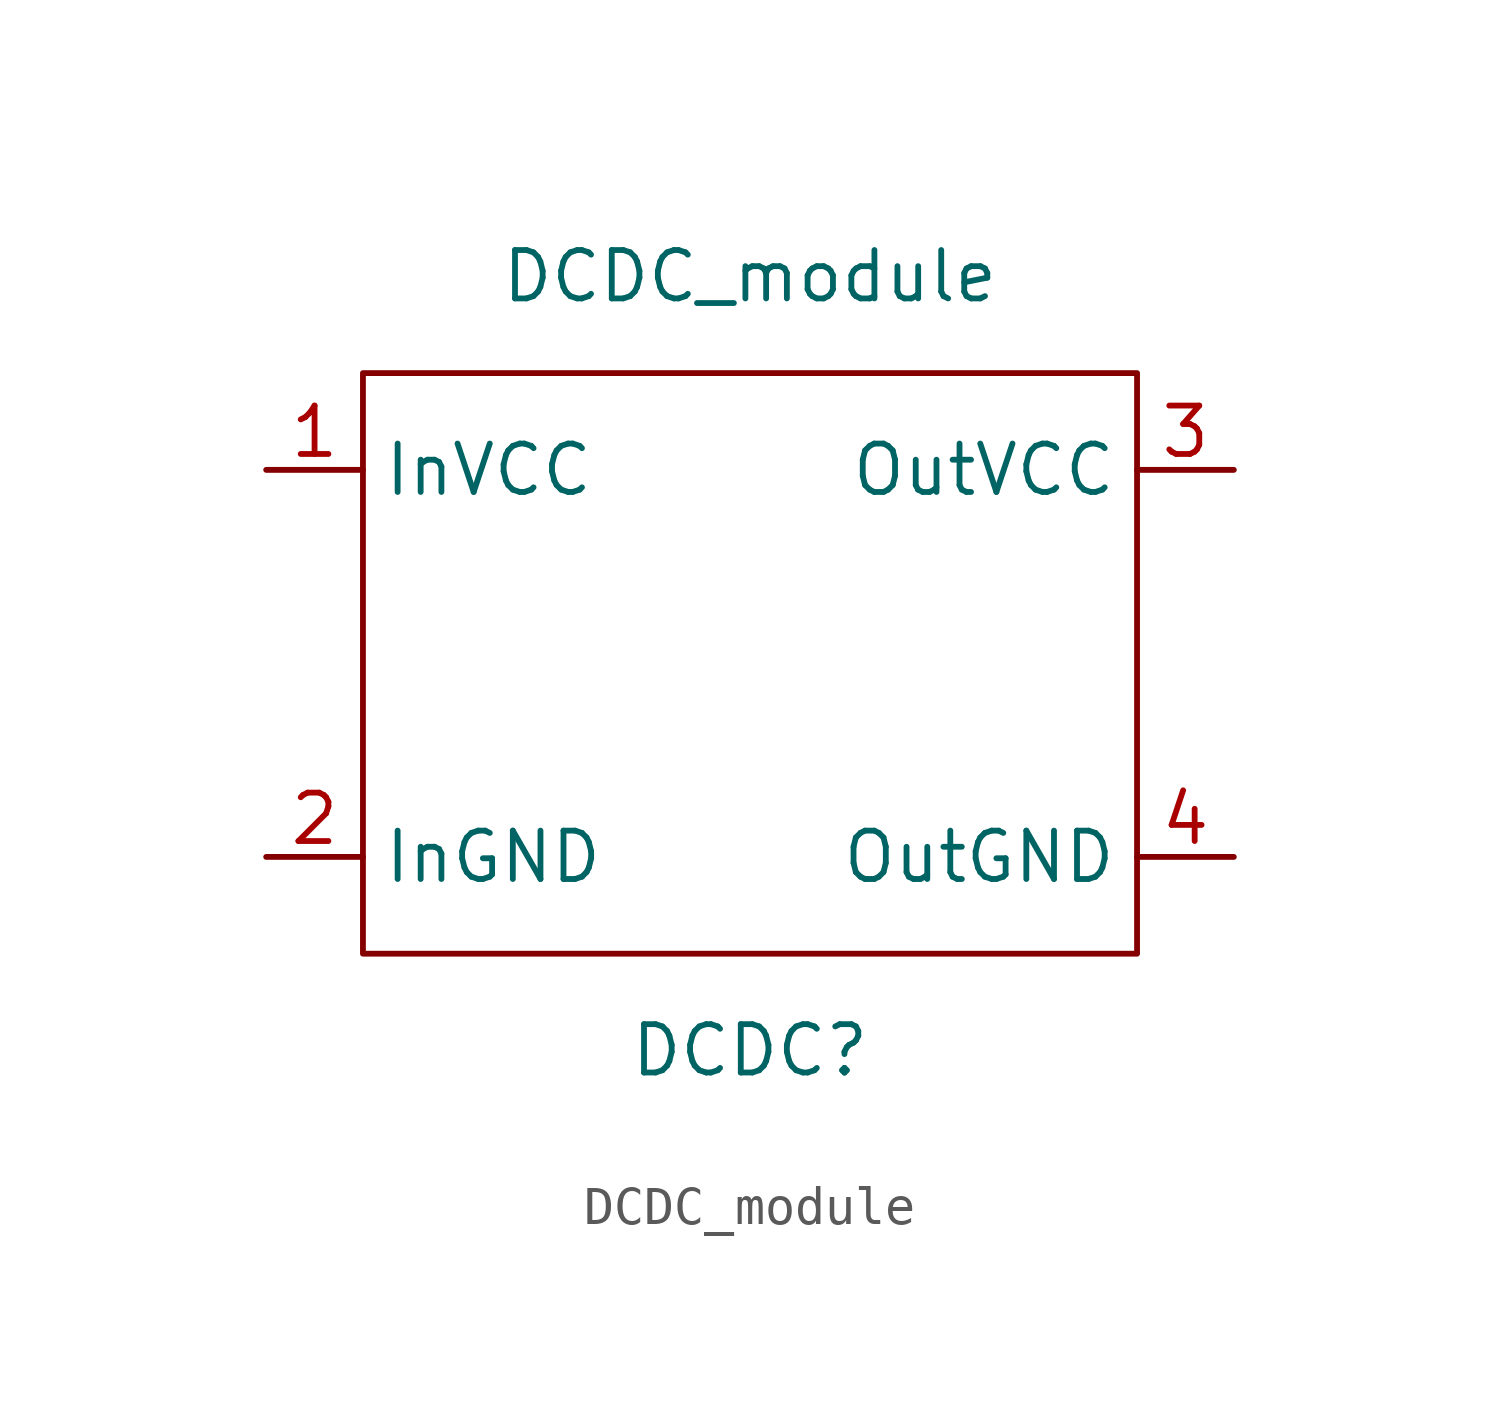
<source format=kicad_sym>
(kicad_symbol_lib
  (version 20211014)
  (generator kicad_symbol_editor)
  (symbol "DCDC_module"
    (property "Reference" "DCDC"
      (at 0 -17.78 0)
      (effects (font (size 1.27 1.27))))
    (property "Value" "DCDC_module"
      (at 0 2.54 0)
      (effects (font (size 1.27 1.27))))
    (symbol "DCDC_module_0_1"
      (rectangle (start -10.16 0) (end 10.16 -15.24) (stroke (width 0) (type default) (color 0 0 0 0)) (fill (type none))))
    (symbol "DCDC_module_1_1"
      (pin power_in line (at -12.7 -2.54 0) (length 2.54) (name "InVCC" (effects (font (size 1.27 1.27)))) (number "1" (effects (font (size 1.27 1.27)))))
      (pin power_in line (at -12.7 -12.7 0) (length 2.54) (name "InGND" (effects (font (size 1.27 1.27)))) (number "2" (effects (font (size 1.27 1.27)))))
      (pin power_out line (at 12.7 -2.54 180) (length 2.54) (name "OutVCC" (effects (font (size 1.27 1.27)))) (number "3" (effects (font (size 1.27 1.27)))))
      (pin power_out line (at 12.7 -12.7 180) (length 2.54) (name "OutGND" (effects (font (size 1.27 1.27)))) (number "4" (effects (font (size 1.27 1.27))))))))
</source>
